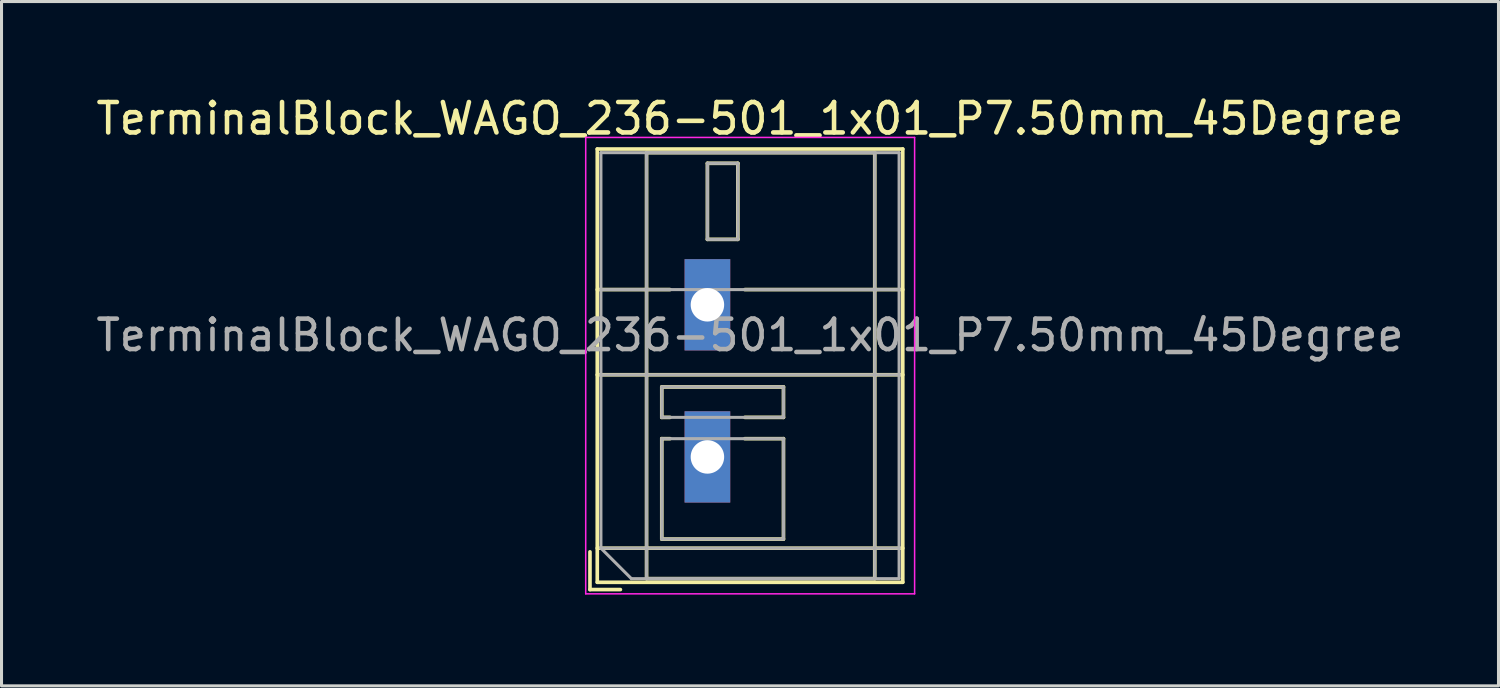
<source format=kicad_pcb>
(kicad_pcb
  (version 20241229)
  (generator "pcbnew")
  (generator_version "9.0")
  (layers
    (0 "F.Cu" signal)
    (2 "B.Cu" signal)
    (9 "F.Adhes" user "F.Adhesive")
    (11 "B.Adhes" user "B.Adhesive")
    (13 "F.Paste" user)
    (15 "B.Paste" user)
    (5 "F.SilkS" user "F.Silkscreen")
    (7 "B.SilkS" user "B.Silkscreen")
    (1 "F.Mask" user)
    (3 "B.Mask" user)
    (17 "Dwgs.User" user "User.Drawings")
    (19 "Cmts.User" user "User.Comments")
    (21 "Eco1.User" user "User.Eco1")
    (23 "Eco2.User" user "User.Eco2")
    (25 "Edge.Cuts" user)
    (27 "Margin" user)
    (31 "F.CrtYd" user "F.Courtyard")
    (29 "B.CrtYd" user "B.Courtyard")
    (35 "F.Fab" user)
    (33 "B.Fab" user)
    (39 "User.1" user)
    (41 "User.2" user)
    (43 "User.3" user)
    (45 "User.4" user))
  (footprint "TerminalBlock_WAGO_236-501_1x01_P7.50mm_45Degree"
    (layer "F.Cu")
    (at 20.201 6.968)
    (property "Reference" "TerminalBlock_WAGO_236-501_1x01_P7.50mm_45Degree" (at 1.4 -6.12 0) (layer "F.SilkS") (effects (font (size 1 1) (thickness 0.15))))
    (attr through_hole)
    (fp_line (start -3.86 8.12) (end -3.86 9.36) (stroke (width 0.12) (type solid)) (layer "F.SilkS"))
    (fp_line (start -3.86 9.36) (end -2.86 9.36) (stroke (width 0.12) (type solid)) (layer "F.SilkS"))
    (fp_line (start -3.62 -5.12) (end -3.62 9.12) (stroke (width 0.12) (type solid)) (layer "F.SilkS"))
    (fp_line (start -3.62 -5.12) (end 6.421 -5.12) (stroke (width 0.12) (type solid)) (layer "F.SilkS"))
    (fp_line (start -3.62 -0.5) (end -1.23 -0.5) (stroke (width 0.12) (type solid)) (layer "F.SilkS"))
    (fp_line (start -3.62 2.3) (end 6.421 2.3) (stroke (width 0.12) (type solid)) (layer "F.SilkS"))
    (fp_line (start -3.62 8) (end 6.421 8) (stroke (width 0.12) (type solid)) (layer "F.SilkS"))
    (fp_line (start -3.62 9.12) (end 6.421 9.12) (stroke (width 0.12) (type solid)) (layer "F.SilkS"))
    (fp_line (start -2 -5) (end -2 9) (stroke (width 0.12) (type solid)) (layer "F.SilkS"))
    (fp_line (start -2 -5) (end 5.5 -5) (stroke (width 0.12) (type solid)) (layer "F.SilkS"))
    (fp_line (start -2 9) (end 5.5 9) (stroke (width 0.12) (type solid)) (layer "F.SilkS"))
    (fp_line (start -1.5 2.7) (end -1.5 3.7) (stroke (width 0.12) (type solid)) (layer "F.SilkS"))
    (fp_line (start -1.5 2.7) (end 2.5 2.7) (stroke (width 0.12) (type solid)) (layer "F.SilkS"))
    (fp_line (start -1.5 3.7) (end -1.23 3.7) (stroke (width 0.12) (type solid)) (layer "F.SilkS"))
    (fp_line (start -1.5 4.4) (end -1.5 7.7) (stroke (width 0.12) (type solid)) (layer "F.SilkS"))
    (fp_line (start -1.5 4.4) (end -1.23 4.4) (stroke (width 0.12) (type solid)) (layer "F.SilkS"))
    (fp_line (start -1.5 7.7) (end 2.5 7.7) (stroke (width 0.12) (type solid)) (layer "F.SilkS"))
    (fp_line (start 0 -4.65) (end 0 -2.151) (stroke (width 0.12) (type solid)) (layer "F.SilkS"))
    (fp_line (start 0 -4.65) (end 1 -4.65) (stroke (width 0.12) (type solid)) (layer "F.SilkS"))
    (fp_line (start 0 -2.151) (end 1 -2.151) (stroke (width 0.12) (type solid)) (layer "F.SilkS"))
    (fp_line (start 1 -4.65) (end 1 -2.151) (stroke (width 0.12) (type solid)) (layer "F.SilkS"))
    (fp_line (start 1.23 -0.5) (end 6.421 -0.5) (stroke (width 0.12) (type solid)) (layer "F.SilkS"))
    (fp_line (start 1.23 3.7) (end 2.5 3.7) (stroke (width 0.12) (type solid)) (layer "F.SilkS"))
    (fp_line (start 1.23 4.4) (end 2.5 4.4) (stroke (width 0.12) (type solid)) (layer "F.SilkS"))
    (fp_line (start 2.5 2.7) (end 2.5 3.7) (stroke (width 0.12) (type solid)) (layer "F.SilkS"))
    (fp_line (start 2.5 4.4) (end 2.5 7.7) (stroke (width 0.12) (type solid)) (layer "F.SilkS"))
    (fp_line (start 5.5 -5) (end 5.5 9) (stroke (width 0.12) (type solid)) (layer "F.SilkS"))
    (fp_line (start 6.421 -5.12) (end 6.421 9.12) (stroke (width 0.12) (type solid)) (layer "F.SilkS"))
    (fp_line (start -4 -5.5) (end -4 9.5) (stroke (width 0.05) (type solid)) (layer "F.CrtYd"))
    (fp_line (start -4 9.5) (end 6.81 9.5) (stroke (width 0.05) (type solid)) (layer "F.CrtYd"))
    (fp_line (start 6.81 -5.5) (end -4 -5.5) (stroke (width 0.05) (type solid)) (layer "F.CrtYd"))
    (fp_line (start 6.81 9.5) (end 6.81 -5.5) (stroke (width 0.05) (type solid)) (layer "F.CrtYd"))
    (fp_line (start -3.5 -5) (end 6.3 -5) (stroke (width 0.1) (type solid)) (layer "F.Fab"))
    (fp_line (start -3.5 -0.5) (end 6.3 -0.5) (stroke (width 0.1) (type solid)) (layer "F.Fab"))
    (fp_line (start -3.5 2.3) (end 6.3 2.3) (stroke (width 0.1) (type solid)) (layer "F.Fab"))
    (fp_line (start -3.5 8) (end -3.5 -5) (stroke (width 0.1) (type solid)) (layer "F.Fab"))
    (fp_line (start -3.5 8) (end 6.3 8) (stroke (width 0.1) (type solid)) (layer "F.Fab"))
    (fp_line (start -2.5 9) (end -3.5 8) (stroke (width 0.1) (type solid)) (layer "F.Fab"))
    (fp_line (start -2 -5) (end -2 9) (stroke (width 0.1) (type solid)) (layer "F.Fab"))
    (fp_line (start -2 9) (end 5.5 9) (stroke (width 0.1) (type solid)) (layer "F.Fab"))
    (fp_line (start -1.5 2.7) (end -1.5 3.7) (stroke (width 0.1) (type solid)) (layer "F.Fab"))
    (fp_line (start -1.5 3.7) (end 2.5 3.7) (stroke (width 0.1) (type solid)) (layer "F.Fab"))
    (fp_line (start -1.5 4.4) (end -1.5 7.7) (stroke (width 0.1) (type solid)) (layer "F.Fab"))
    (fp_line (start -1.5 7.7) (end 2.5 7.7) (stroke (width 0.1) (type solid)) (layer "F.Fab"))
    (fp_line (start 0 -4.65) (end 0 -2.15) (stroke (width 0.1) (type solid)) (layer "F.Fab"))
    (fp_line (start 0 -2.15) (end 1 -2.15) (stroke (width 0.1) (type solid)) (layer "F.Fab"))
    (fp_line (start 1 -4.65) (end 0 -4.65) (stroke (width 0.1) (type solid)) (layer "F.Fab"))
    (fp_line (start 1 -2.15) (end 1 -4.65) (stroke (width 0.1) (type solid)) (layer "F.Fab"))
    (fp_line (start 2.5 2.7) (end -1.5 2.7) (stroke (width 0.1) (type solid)) (layer "F.Fab"))
    (fp_line (start 2.5 3.7) (end 2.5 2.7) (stroke (width 0.1) (type solid)) (layer "F.Fab"))
    (fp_line (start 2.5 4.4) (end -1.5 4.4) (stroke (width 0.1) (type solid)) (layer "F.Fab"))
    (fp_line (start 2.5 7.7) (end 2.5 4.4) (stroke (width 0.1) (type solid)) (layer "F.Fab"))
    (fp_line (start 5.5 -5) (end -2 -5) (stroke (width 0.1) (type solid)) (layer "F.Fab"))
    (fp_line (start 5.5 9) (end 5.5 -5) (stroke (width 0.1) (type solid)) (layer "F.Fab"))
    (fp_line (start 6.3 -5) (end 6.3 9) (stroke (width 0.1) (type solid)) (layer "F.Fab"))
    (fp_line (start 6.3 9) (end -2.5 9) (stroke (width 0.1) (type solid)) (layer "F.Fab"))
    (fp_text user "${REFERENCE}" (at 1.4 1 0) (layer "F.Fab") (effects (font (size 1 1) (thickness 0.15))))
    (pad "1" thru_hole rect (at 0 0) (size 1.5 3) (drill 1.1) (layers "*.Cu" "*.Mask"))
    (pad "1" thru_hole rect (at 0 5) (size 1.5 3) (drill 1.1) (layers "*.Cu" "*.Mask")))
  (gr_rect
    (start -3 -3)
    (end 46.202 19.493)
    (stroke (width 0.1) (type default))
    (fill no)
    (layer "Edge.Cuts")))
</source>
